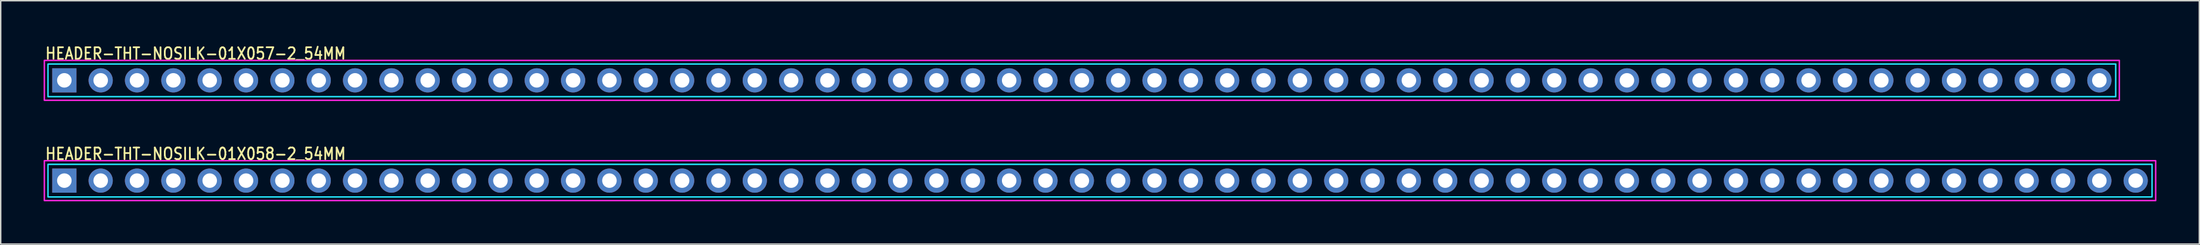
<source format=kicad_pcb>
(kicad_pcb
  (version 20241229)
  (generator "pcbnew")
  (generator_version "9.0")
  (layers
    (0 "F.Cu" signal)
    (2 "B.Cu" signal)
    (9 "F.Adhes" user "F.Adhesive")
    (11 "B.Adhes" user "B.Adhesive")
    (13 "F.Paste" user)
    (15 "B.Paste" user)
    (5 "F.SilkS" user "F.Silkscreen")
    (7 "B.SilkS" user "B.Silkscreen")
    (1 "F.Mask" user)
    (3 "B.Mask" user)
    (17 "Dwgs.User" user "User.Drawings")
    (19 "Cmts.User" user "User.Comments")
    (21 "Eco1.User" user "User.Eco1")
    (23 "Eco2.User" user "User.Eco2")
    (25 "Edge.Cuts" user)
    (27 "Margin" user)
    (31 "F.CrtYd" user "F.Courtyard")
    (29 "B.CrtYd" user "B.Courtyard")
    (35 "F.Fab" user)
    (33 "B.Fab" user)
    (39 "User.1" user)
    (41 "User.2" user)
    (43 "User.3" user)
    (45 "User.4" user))
  (footprint "HEADER-THT-NOSILK-01X057-2_54MM"
    (layer "F.Cu")
    (at 1.447 2.579)
    (property "Reference" "HEADER-THT-NOSILK-01X057-2_54MM" (at -1.4 -1.4 0) (unlocked yes) (layer "F.SilkS") (effects (font (size 0.813 0.695) (thickness 0.122)) (justify left bottom)))
    (fp_poly (pts (xy -1.143 -1.143) (xy 143.383 -1.143) (xy 143.383 1.143) (xy -1.143 1.143)) (stroke (width 0.1) (type solid)) (fill no) (layer "B.CrtYd"))
    (fp_poly (pts (xy -1.397 -1.397) (xy 143.637 -1.397) (xy 143.637 1.397) (xy -1.397 1.397)) (stroke (width 0.1) (type solid)) (fill no) (layer "F.CrtYd"))
    (pad "1" thru_hole rect (at 0 0) (size 1.693 1.693) (drill 1.016) (layers "*.Cu" "*.Mask"))
    (pad "2" thru_hole oval (at 2.54 0) (size 1.693 1.693) (drill 1.016) (layers "*.Cu" "*.Mask"))
    (pad "3" thru_hole oval (at 5.08 0) (size 1.693 1.693) (drill 1.016) (layers "*.Cu" "*.Mask"))
    (pad "4" thru_hole oval (at 7.62 0) (size 1.693 1.693) (drill 1.016) (layers "*.Cu" "*.Mask"))
    (pad "5" thru_hole oval (at 10.16 0) (size 1.693 1.693) (drill 1.016) (layers "*.Cu" "*.Mask"))
    (pad "6" thru_hole oval (at 12.7 0) (size 1.693 1.693) (drill 1.016) (layers "*.Cu" "*.Mask"))
    (pad "7" thru_hole oval (at 15.24 0) (size 1.693 1.693) (drill 1.016) (layers "*.Cu" "*.Mask"))
    (pad "8" thru_hole oval (at 17.78 0) (size 1.693 1.693) (drill 1.016) (layers "*.Cu" "*.Mask"))
    (pad "9" thru_hole oval (at 20.32 0) (size 1.693 1.693) (drill 1.016) (layers "*.Cu" "*.Mask"))
    (pad "10" thru_hole oval (at 22.86 0) (size 1.693 1.693) (drill 1.016) (layers "*.Cu" "*.Mask"))
    (pad "11" thru_hole oval (at 25.4 0) (size 1.693 1.693) (drill 1.016) (layers "*.Cu" "*.Mask"))
    (pad "12" thru_hole oval (at 27.94 0) (size 1.693 1.693) (drill 1.016) (layers "*.Cu" "*.Mask"))
    (pad "13" thru_hole oval (at 30.48 0) (size 1.693 1.693) (drill 1.016) (layers "*.Cu" "*.Mask"))
    (pad "14" thru_hole oval (at 33.02 0) (size 1.693 1.693) (drill 1.016) (layers "*.Cu" "*.Mask"))
    (pad "15" thru_hole oval (at 35.56 0) (size 1.693 1.693) (drill 1.016) (layers "*.Cu" "*.Mask"))
    (pad "16" thru_hole oval (at 38.1 0) (size 1.693 1.693) (drill 1.016) (layers "*.Cu" "*.Mask"))
    (pad "17" thru_hole oval (at 40.64 0) (size 1.693 1.693) (drill 1.016) (layers "*.Cu" "*.Mask"))
    (pad "18" thru_hole oval (at 43.18 0) (size 1.693 1.693) (drill 1.016) (layers "*.Cu" "*.Mask"))
    (pad "19" thru_hole oval (at 45.72 0) (size 1.693 1.693) (drill 1.016) (layers "*.Cu" "*.Mask"))
    (pad "20" thru_hole oval (at 48.26 0) (size 1.693 1.693) (drill 1.016) (layers "*.Cu" "*.Mask"))
    (pad "21" thru_hole oval (at 50.8 0) (size 1.693 1.693) (drill 1.016) (layers "*.Cu" "*.Mask"))
    (pad "22" thru_hole oval (at 53.34 0) (size 1.693 1.693) (drill 1.016) (layers "*.Cu" "*.Mask"))
    (pad "23" thru_hole oval (at 55.88 0) (size 1.693 1.693) (drill 1.016) (layers "*.Cu" "*.Mask"))
    (pad "24" thru_hole oval (at 58.42 0) (size 1.693 1.693) (drill 1.016) (layers "*.Cu" "*.Mask"))
    (pad "25" thru_hole oval (at 60.96 0) (size 1.693 1.693) (drill 1.016) (layers "*.Cu" "*.Mask"))
    (pad "26" thru_hole oval (at 63.5 0) (size 1.693 1.693) (drill 1.016) (layers "*.Cu" "*.Mask"))
    (pad "27" thru_hole oval (at 66.04 0) (size 1.693 1.693) (drill 1.016) (layers "*.Cu" "*.Mask"))
    (pad "28" thru_hole oval (at 68.58 0) (size 1.693 1.693) (drill 1.016) (layers "*.Cu" "*.Mask"))
    (pad "29" thru_hole oval (at 71.12 0) (size 1.693 1.693) (drill 1.016) (layers "*.Cu" "*.Mask"))
    (pad "30" thru_hole oval (at 73.66 0) (size 1.693 1.693) (drill 1.016) (layers "*.Cu" "*.Mask"))
    (pad "31" thru_hole oval (at 76.2 0) (size 1.693 1.693) (drill 1.016) (layers "*.Cu" "*.Mask"))
    (pad "32" thru_hole oval (at 78.74 0) (size 1.693 1.693) (drill 1.016) (layers "*.Cu" "*.Mask"))
    (pad "33" thru_hole oval (at 81.28 0) (size 1.693 1.693) (drill 1.016) (layers "*.Cu" "*.Mask"))
    (pad "34" thru_hole oval (at 83.82 0) (size 1.693 1.693) (drill 1.016) (layers "*.Cu" "*.Mask"))
    (pad "35" thru_hole oval (at 86.36 0) (size 1.693 1.693) (drill 1.016) (layers "*.Cu" "*.Mask"))
    (pad "36" thru_hole oval (at 88.9 0) (size 1.693 1.693) (drill 1.016) (layers "*.Cu" "*.Mask"))
    (pad "37" thru_hole oval (at 91.44 0) (size 1.693 1.693) (drill 1.016) (layers "*.Cu" "*.Mask"))
    (pad "38" thru_hole oval (at 93.98 0) (size 1.693 1.693) (drill 1.016) (layers "*.Cu" "*.Mask"))
    (pad "39" thru_hole oval (at 96.52 0) (size 1.693 1.693) (drill 1.016) (layers "*.Cu" "*.Mask"))
    (pad "40" thru_hole oval (at 99.06 0) (size 1.693 1.693) (drill 1.016) (layers "*.Cu" "*.Mask"))
    (pad "41" thru_hole oval (at 101.6 0) (size 1.693 1.693) (drill 1.016) (layers "*.Cu" "*.Mask"))
    (pad "42" thru_hole oval (at 104.14 0) (size 1.693 1.693) (drill 1.016) (layers "*.Cu" "*.Mask"))
    (pad "43" thru_hole oval (at 106.68 0) (size 1.693 1.693) (drill 1.016) (layers "*.Cu" "*.Mask"))
    (pad "44" thru_hole oval (at 109.22 0) (size 1.693 1.693) (drill 1.016) (layers "*.Cu" "*.Mask"))
    (pad "45" thru_hole oval (at 111.76 0) (size 1.693 1.693) (drill 1.016) (layers "*.Cu" "*.Mask"))
    (pad "46" thru_hole oval (at 114.3 0) (size 1.693 1.693) (drill 1.016) (layers "*.Cu" "*.Mask"))
    (pad "47" thru_hole oval (at 116.84 0) (size 1.693 1.693) (drill 1.016) (layers "*.Cu" "*.Mask"))
    (pad "48" thru_hole oval (at 119.38 0) (size 1.693 1.693) (drill 1.016) (layers "*.Cu" "*.Mask"))
    (pad "49" thru_hole oval (at 121.92 0) (size 1.693 1.693) (drill 1.016) (layers "*.Cu" "*.Mask"))
    (pad "50" thru_hole oval (at 124.46 0) (size 1.693 1.693) (drill 1.016) (layers "*.Cu" "*.Mask"))
    (pad "51" thru_hole oval (at 127 0) (size 1.693 1.693) (drill 1.016) (layers "*.Cu" "*.Mask"))
    (pad "52" thru_hole oval (at 129.54 0) (size 1.693 1.693) (drill 1.016) (layers "*.Cu" "*.Mask"))
    (pad "53" thru_hole oval (at 132.08 0) (size 1.693 1.693) (drill 1.016) (layers "*.Cu" "*.Mask"))
    (pad "54" thru_hole oval (at 134.62 0) (size 1.693 1.693) (drill 1.016) (layers "*.Cu" "*.Mask"))
    (pad "55" thru_hole oval (at 137.16 0) (size 1.693 1.693) (drill 1.016) (layers "*.Cu" "*.Mask"))
    (pad "56" thru_hole oval (at 139.7 0) (size 1.693 1.693) (drill 1.016) (layers "*.Cu" "*.Mask"))
    (pad "57" thru_hole oval (at 142.24 0) (size 1.693 1.693) (drill 1.016) (layers "*.Cu" "*.Mask")))
  (footprint "HEADER-THT-NOSILK-01X058-2_54MM"
    (layer "F.Cu")
    (at 1.447 9.604)
    (property "Reference" "HEADER-THT-NOSILK-01X058-2_54MM" (at -1.4 -1.4 0) (unlocked yes) (layer "F.SilkS") (effects (font (size 0.813 0.695) (thickness 0.122)) (justify left bottom)))
    (fp_poly (pts (xy -1.143 -1.143) (xy 145.923 -1.143) (xy 145.923 1.143) (xy -1.143 1.143)) (stroke (width 0.1) (type solid)) (fill no) (layer "B.CrtYd"))
    (fp_poly (pts (xy -1.397 -1.397) (xy 146.177 -1.397) (xy 146.177 1.397) (xy -1.397 1.397)) (stroke (width 0.1) (type solid)) (fill no) (layer "F.CrtYd"))
    (pad "1" thru_hole rect (at 0 0) (size 1.693 1.693) (drill 1.016) (layers "*.Cu" "*.Mask"))
    (pad "2" thru_hole oval (at 2.54 0) (size 1.693 1.693) (drill 1.016) (layers "*.Cu" "*.Mask"))
    (pad "3" thru_hole oval (at 5.08 0) (size 1.693 1.693) (drill 1.016) (layers "*.Cu" "*.Mask"))
    (pad "4" thru_hole oval (at 7.62 0) (size 1.693 1.693) (drill 1.016) (layers "*.Cu" "*.Mask"))
    (pad "5" thru_hole oval (at 10.16 0) (size 1.693 1.693) (drill 1.016) (layers "*.Cu" "*.Mask"))
    (pad "6" thru_hole oval (at 12.7 0) (size 1.693 1.693) (drill 1.016) (layers "*.Cu" "*.Mask"))
    (pad "7" thru_hole oval (at 15.24 0) (size 1.693 1.693) (drill 1.016) (layers "*.Cu" "*.Mask"))
    (pad "8" thru_hole oval (at 17.78 0) (size 1.693 1.693) (drill 1.016) (layers "*.Cu" "*.Mask"))
    (pad "9" thru_hole oval (at 20.32 0) (size 1.693 1.693) (drill 1.016) (layers "*.Cu" "*.Mask"))
    (pad "10" thru_hole oval (at 22.86 0) (size 1.693 1.693) (drill 1.016) (layers "*.Cu" "*.Mask"))
    (pad "11" thru_hole oval (at 25.4 0) (size 1.693 1.693) (drill 1.016) (layers "*.Cu" "*.Mask"))
    (pad "12" thru_hole oval (at 27.94 0) (size 1.693 1.693) (drill 1.016) (layers "*.Cu" "*.Mask"))
    (pad "13" thru_hole oval (at 30.48 0) (size 1.693 1.693) (drill 1.016) (layers "*.Cu" "*.Mask"))
    (pad "14" thru_hole oval (at 33.02 0) (size 1.693 1.693) (drill 1.016) (layers "*.Cu" "*.Mask"))
    (pad "15" thru_hole oval (at 35.56 0) (size 1.693 1.693) (drill 1.016) (layers "*.Cu" "*.Mask"))
    (pad "16" thru_hole oval (at 38.1 0) (size 1.693 1.693) (drill 1.016) (layers "*.Cu" "*.Mask"))
    (pad "17" thru_hole oval (at 40.64 0) (size 1.693 1.693) (drill 1.016) (layers "*.Cu" "*.Mask"))
    (pad "18" thru_hole oval (at 43.18 0) (size 1.693 1.693) (drill 1.016) (layers "*.Cu" "*.Mask"))
    (pad "19" thru_hole oval (at 45.72 0) (size 1.693 1.693) (drill 1.016) (layers "*.Cu" "*.Mask"))
    (pad "20" thru_hole oval (at 48.26 0) (size 1.693 1.693) (drill 1.016) (layers "*.Cu" "*.Mask"))
    (pad "21" thru_hole oval (at 50.8 0) (size 1.693 1.693) (drill 1.016) (layers "*.Cu" "*.Mask"))
    (pad "22" thru_hole oval (at 53.34 0) (size 1.693 1.693) (drill 1.016) (layers "*.Cu" "*.Mask"))
    (pad "23" thru_hole oval (at 55.88 0) (size 1.693 1.693) (drill 1.016) (layers "*.Cu" "*.Mask"))
    (pad "24" thru_hole oval (at 58.42 0) (size 1.693 1.693) (drill 1.016) (layers "*.Cu" "*.Mask"))
    (pad "25" thru_hole oval (at 60.96 0) (size 1.693 1.693) (drill 1.016) (layers "*.Cu" "*.Mask"))
    (pad "26" thru_hole oval (at 63.5 0) (size 1.693 1.693) (drill 1.016) (layers "*.Cu" "*.Mask"))
    (pad "27" thru_hole oval (at 66.04 0) (size 1.693 1.693) (drill 1.016) (layers "*.Cu" "*.Mask"))
    (pad "28" thru_hole oval (at 68.58 0) (size 1.693 1.693) (drill 1.016) (layers "*.Cu" "*.Mask"))
    (pad "29" thru_hole oval (at 71.12 0) (size 1.693 1.693) (drill 1.016) (layers "*.Cu" "*.Mask"))
    (pad "30" thru_hole oval (at 73.66 0) (size 1.693 1.693) (drill 1.016) (layers "*.Cu" "*.Mask"))
    (pad "31" thru_hole oval (at 76.2 0) (size 1.693 1.693) (drill 1.016) (layers "*.Cu" "*.Mask"))
    (pad "32" thru_hole oval (at 78.74 0) (size 1.693 1.693) (drill 1.016) (layers "*.Cu" "*.Mask"))
    (pad "33" thru_hole oval (at 81.28 0) (size 1.693 1.693) (drill 1.016) (layers "*.Cu" "*.Mask"))
    (pad "34" thru_hole oval (at 83.82 0) (size 1.693 1.693) (drill 1.016) (layers "*.Cu" "*.Mask"))
    (pad "35" thru_hole oval (at 86.36 0) (size 1.693 1.693) (drill 1.016) (layers "*.Cu" "*.Mask"))
    (pad "36" thru_hole oval (at 88.9 0) (size 1.693 1.693) (drill 1.016) (layers "*.Cu" "*.Mask"))
    (pad "37" thru_hole oval (at 91.44 0) (size 1.693 1.693) (drill 1.016) (layers "*.Cu" "*.Mask"))
    (pad "38" thru_hole oval (at 93.98 0) (size 1.693 1.693) (drill 1.016) (layers "*.Cu" "*.Mask"))
    (pad "39" thru_hole oval (at 96.52 0) (size 1.693 1.693) (drill 1.016) (layers "*.Cu" "*.Mask"))
    (pad "40" thru_hole oval (at 99.06 0) (size 1.693 1.693) (drill 1.016) (layers "*.Cu" "*.Mask"))
    (pad "41" thru_hole oval (at 101.6 0) (size 1.693 1.693) (drill 1.016) (layers "*.Cu" "*.Mask"))
    (pad "42" thru_hole oval (at 104.14 0) (size 1.693 1.693) (drill 1.016) (layers "*.Cu" "*.Mask"))
    (pad "43" thru_hole oval (at 106.68 0) (size 1.693 1.693) (drill 1.016) (layers "*.Cu" "*.Mask"))
    (pad "44" thru_hole oval (at 109.22 0) (size 1.693 1.693) (drill 1.016) (layers "*.Cu" "*.Mask"))
    (pad "45" thru_hole oval (at 111.76 0) (size 1.693 1.693) (drill 1.016) (layers "*.Cu" "*.Mask"))
    (pad "46" thru_hole oval (at 114.3 0) (size 1.693 1.693) (drill 1.016) (layers "*.Cu" "*.Mask"))
    (pad "47" thru_hole oval (at 116.84 0) (size 1.693 1.693) (drill 1.016) (layers "*.Cu" "*.Mask"))
    (pad "48" thru_hole oval (at 119.38 0) (size 1.693 1.693) (drill 1.016) (layers "*.Cu" "*.Mask"))
    (pad "49" thru_hole oval (at 121.92 0) (size 1.693 1.693) (drill 1.016) (layers "*.Cu" "*.Mask"))
    (pad "50" thru_hole oval (at 124.46 0) (size 1.693 1.693) (drill 1.016) (layers "*.Cu" "*.Mask"))
    (pad "51" thru_hole oval (at 127 0) (size 1.693 1.693) (drill 1.016) (layers "*.Cu" "*.Mask"))
    (pad "52" thru_hole oval (at 129.54 0) (size 1.693 1.693) (drill 1.016) (layers "*.Cu" "*.Mask"))
    (pad "53" thru_hole oval (at 132.08 0) (size 1.693 1.693) (drill 1.016) (layers "*.Cu" "*.Mask"))
    (pad "54" thru_hole oval (at 134.62 0) (size 1.693 1.693) (drill 1.016) (layers "*.Cu" "*.Mask"))
    (pad "55" thru_hole oval (at 137.16 0) (size 1.693 1.693) (drill 1.016) (layers "*.Cu" "*.Mask"))
    (pad "56" thru_hole oval (at 139.7 0) (size 1.693 1.693) (drill 1.016) (layers "*.Cu" "*.Mask"))
    (pad "57" thru_hole oval (at 142.24 0) (size 1.693 1.693) (drill 1.016) (layers "*.Cu" "*.Mask"))
    (pad "58" thru_hole oval (at 144.78 0) (size 1.693 1.693) (drill 1.016) (layers "*.Cu" "*.Mask")))
  (gr_rect
    (start -3 -3)
    (end 150.674 14.051)
    (stroke (width 0.1) (type default))
    (fill no)
    (layer "Edge.Cuts")))
</source>
